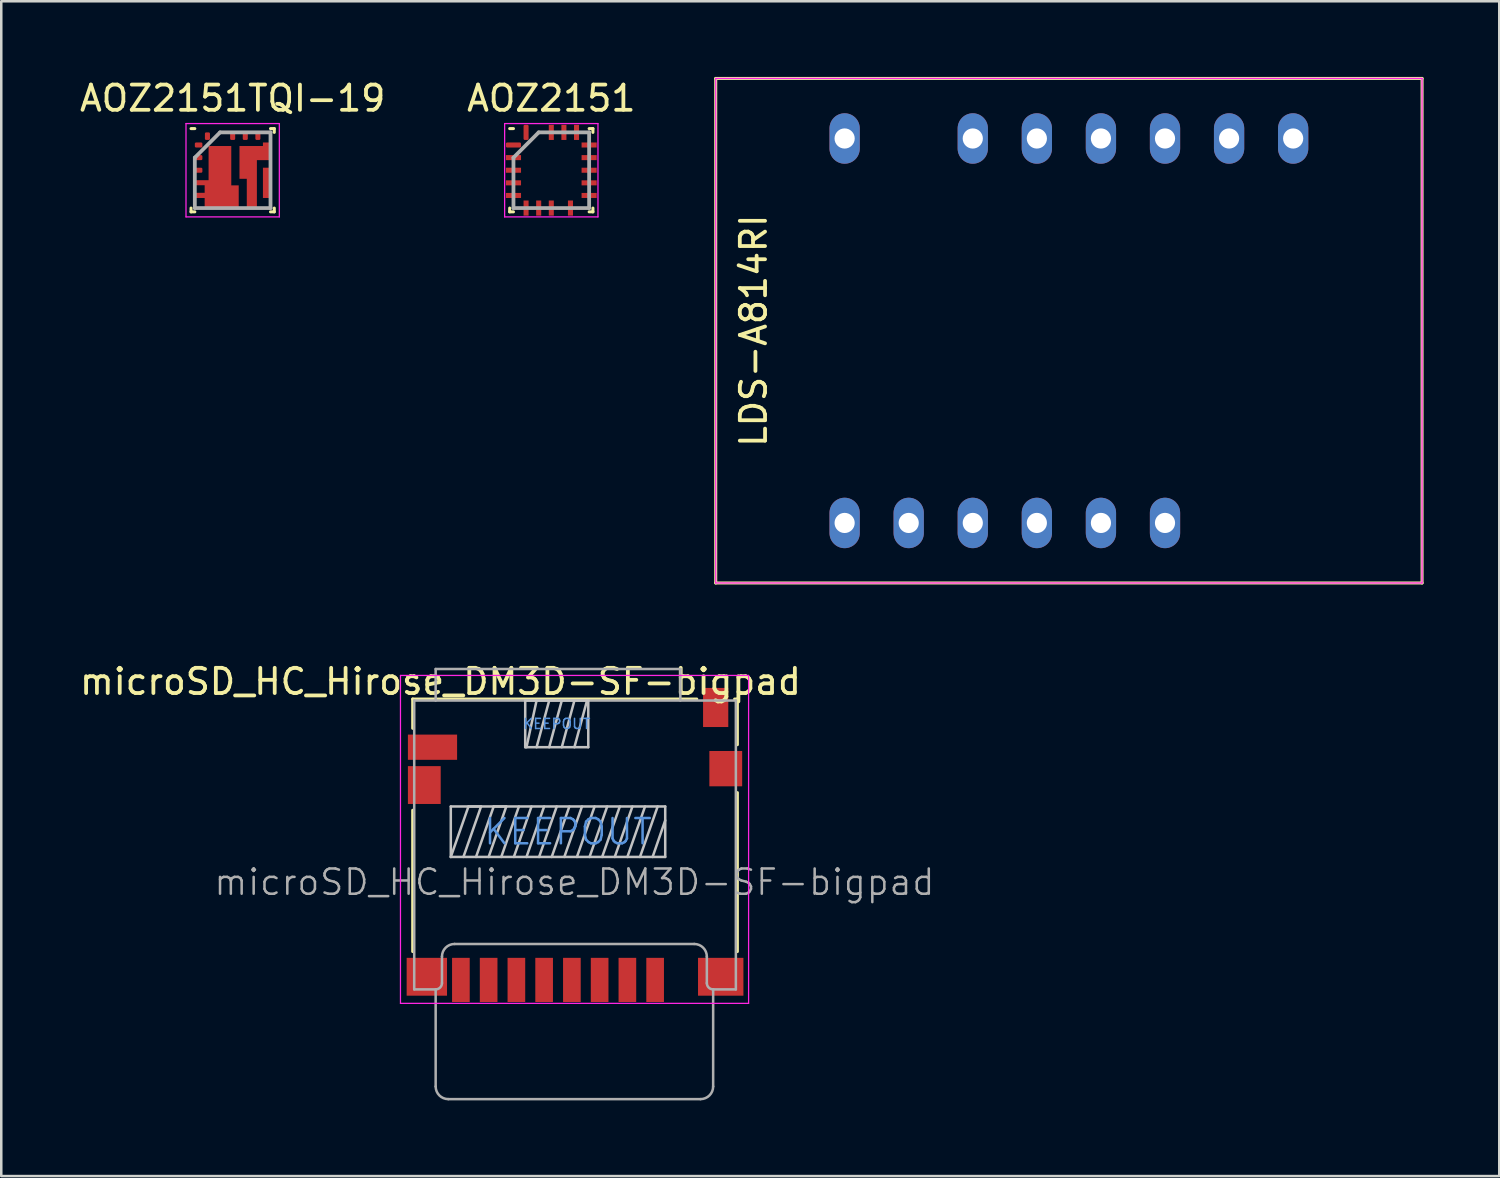
<source format=kicad_pcb>
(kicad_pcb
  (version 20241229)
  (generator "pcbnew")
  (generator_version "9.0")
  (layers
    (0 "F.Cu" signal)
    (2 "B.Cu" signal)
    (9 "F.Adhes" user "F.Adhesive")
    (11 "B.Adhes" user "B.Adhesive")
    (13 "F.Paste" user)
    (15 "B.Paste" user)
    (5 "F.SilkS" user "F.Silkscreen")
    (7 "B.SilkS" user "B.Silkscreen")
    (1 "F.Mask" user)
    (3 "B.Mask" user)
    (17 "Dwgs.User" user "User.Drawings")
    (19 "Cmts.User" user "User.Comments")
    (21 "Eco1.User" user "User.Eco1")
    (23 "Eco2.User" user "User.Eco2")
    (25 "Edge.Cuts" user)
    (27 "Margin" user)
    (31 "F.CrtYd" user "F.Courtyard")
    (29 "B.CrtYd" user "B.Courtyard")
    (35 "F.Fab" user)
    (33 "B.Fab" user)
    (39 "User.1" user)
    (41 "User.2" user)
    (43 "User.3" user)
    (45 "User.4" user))
  (footprint "AOZ2151"
    (layer "F.Cu")
    (at 18.804 3.698)
    (property "Reference" "AOZ2151" (at 0 -2.85 0) (layer "F.SilkS") (effects (font (size 1 1) (thickness 0.15))))
    (attr smd)
    (fp_line (start -1.65 1.65) (end -1.65 1.5) (stroke (width 0.12) (type solid)) (layer "F.SilkS"))
    (fp_line (start -1.5 -1.65) (end -1.65 -1.65) (stroke (width 0.12) (type solid)) (layer "F.SilkS"))
    (fp_line (start -1.5 1.65) (end -1.65 1.65) (stroke (width 0.12) (type solid)) (layer "F.SilkS"))
    (fp_line (start 1.5 -1.65) (end 1.65 -1.65) (stroke (width 0.12) (type solid)) (layer "F.SilkS"))
    (fp_line (start 1.5 1.65) (end 1.65 1.65) (stroke (width 0.12) (type solid)) (layer "F.SilkS"))
    (fp_line (start 1.65 -1.65) (end 1.65 -1.5) (stroke (width 0.12) (type solid)) (layer "F.SilkS"))
    (fp_line (start 1.65 1.65) (end 1.65 1.5) (stroke (width 0.12) (type solid)) (layer "F.SilkS"))
    (fp_line (start -1.85 -1.85) (end 1.85 -1.85) (stroke (width 0.05) (type solid)) (layer "F.CrtYd"))
    (fp_line (start -1.85 1.85) (end -1.85 -1.85) (stroke (width 0.05) (type solid)) (layer "F.CrtYd"))
    (fp_line (start 1.85 -1.85) (end 1.85 1.85) (stroke (width 0.05) (type solid)) (layer "F.CrtYd"))
    (fp_line (start 1.85 1.85) (end -1.85 1.85) (stroke (width 0.05) (type solid)) (layer "F.CrtYd"))
    (fp_line (start -1.5 -0.5) (end -1.5 1.5) (stroke (width 0.15) (type solid)) (layer "F.Fab"))
    (fp_line (start -1.5 1.5) (end 1.5 1.5) (stroke (width 0.15) (type solid)) (layer "F.Fab"))
    (fp_line (start -0.5 -1.5) (end -1.5 -0.5) (stroke (width 0.15) (type solid)) (layer "F.Fab"))
    (fp_line (start 1.5 -1.5) (end -0.5 -1.5) (stroke (width 0.15) (type solid)) (layer "F.Fab"))
    (fp_line (start 1.5 1.5) (end 1.5 -1.5) (stroke (width 0.15) (type solid)) (layer "F.Fab"))
    (pad "1" smd roundrect (at -1.5 -1 90) (size 0.2 0.6) (layers "F.Cu" "F.Mask" "F.Paste") (roundrect_rratio 0.25))
    (pad "2" smd rect (at -1.5 -0.5 90) (size 0.2 0.6) (layers "F.Cu" "F.Mask" "F.Paste"))
    (pad "3" smd rect (at -1.5 0 90) (size 0.2 0.6) (layers "F.Cu" "F.Mask" "F.Paste"))
    (pad "4" smd rect (at -1.5 0.5 90) (size 0.2 0.6) (layers "F.Cu" "F.Mask" "F.Paste"))
    (pad "5" smd rect (at -1.5 1 90) (size 0.2 0.6) (layers "F.Cu" "F.Mask" "F.Paste"))
    (pad "6" smd rect (at -1 1.5) (size 0.2 0.6) (layers "F.Cu" "F.Mask" "F.Paste"))
    (pad "7" smd rect (at -0.5 1.5) (size 0.2 0.6) (layers "F.Cu" "F.Mask" "F.Paste"))
    (pad "8" smd rect (at 0 1.5) (size 0.2 0.6) (layers "F.Cu" "F.Mask" "F.Paste"))
    (pad "9" smd rect (at 0.76 1.5) (size 0.2 0.6) (layers "F.Cu" "F.Mask" "F.Paste"))
    (pad "10" smd rect (at 1.5 1 90) (size 0.2 0.6) (layers "F.Cu" "F.Mask" "F.Paste"))
    (pad "11" smd rect (at 1.5 0.5 90) (size 0.2 0.6) (layers "F.Cu" "F.Mask" "F.Paste"))
    (pad "12" smd rect (at 1.5 0 90) (size 0.2 0.6) (layers "F.Cu" "F.Mask" "F.Paste"))
    (pad "13" smd rect (at 1.5 -0.5 90) (size 0.2 0.6) (layers "F.Cu" "F.Mask" "F.Paste"))
    (pad "14" smd rect (at 1.5 -1 90) (size 0.2 0.6) (layers "F.Cu" "F.Mask" "F.Paste"))
    (pad "15" smd rect (at 1 -1.5) (size 0.2 0.6) (layers "F.Cu" "F.Mask" "F.Paste"))
    (pad "16" smd rect (at 0.5 -1.5) (size 0.2 0.6) (layers "F.Cu" "F.Mask" "F.Paste"))
    (pad "17" smd rect (at 0 -1.5) (size 0.2 0.6) (layers "F.Cu" "F.Mask" "F.Paste"))
    (pad "18" smd roundrect (at -1 -1.5) (size 0.2 0.6) (layers "F.Cu" "F.Mask" "F.Paste") (roundrect_rratio 0.25)))
  (footprint "AOZ2151TQI-19"
    (layer "F.Cu")
    (at 6.173 3.698)
    (property "Reference" "AOZ2151TQI-19" (at 0 -2.85 0) (layer "F.SilkS") (effects (font (size 1 1) (thickness 0.15))))
    (attr smd)
    (fp_line (start -1.65 1.65) (end -1.65 1.5) (stroke (width 0.12) (type solid)) (layer "F.SilkS"))
    (fp_line (start -1.5 -1.65) (end -1.65 -1.65) (stroke (width 0.12) (type solid)) (layer "F.SilkS"))
    (fp_line (start -1.5 1.65) (end -1.65 1.65) (stroke (width 0.12) (type solid)) (layer "F.SilkS"))
    (fp_line (start 1.5 -1.65) (end 1.65 -1.65) (stroke (width 0.12) (type solid)) (layer "F.SilkS"))
    (fp_line (start 1.5 1.65) (end 1.65 1.65) (stroke (width 0.12) (type solid)) (layer "F.SilkS"))
    (fp_line (start 1.65 -1.65) (end 1.65 -1.5) (stroke (width 0.12) (type solid)) (layer "F.SilkS"))
    (fp_line (start 1.65 1.65) (end 1.65 1.5) (stroke (width 0.12) (type solid)) (layer "F.SilkS"))
    (fp_line (start -1.85 -1.85) (end 1.85 -1.85) (stroke (width 0.05) (type solid)) (layer "F.CrtYd"))
    (fp_line (start -1.85 1.85) (end -1.85 -1.85) (stroke (width 0.05) (type solid)) (layer "F.CrtYd"))
    (fp_line (start 1.85 -1.85) (end 1.85 1.85) (stroke (width 0.05) (type solid)) (layer "F.CrtYd"))
    (fp_line (start 1.85 1.85) (end -1.85 1.85) (stroke (width 0.05) (type solid)) (layer "F.CrtYd"))
    (fp_line (start -1.5 -0.5) (end -1.5 1.5) (stroke (width 0.15) (type solid)) (layer "F.Fab"))
    (fp_line (start -1.5 1.5) (end 1.5 1.5) (stroke (width 0.15) (type solid)) (layer "F.Fab"))
    (fp_line (start -0.5 -1.5) (end -1.5 -0.5) (stroke (width 0.15) (type solid)) (layer "F.Fab"))
    (fp_line (start 1.5 -1.5) (end -0.5 -1.5) (stroke (width 0.15) (type solid)) (layer "F.Fab"))
    (fp_line (start 1.5 1.5) (end 1.5 -1.5) (stroke (width 0.15) (type solid)) (layer "F.Fab"))
    (pad "1" smd roundrect (at -1.35 -1 90) (size 0.2 0.3) (layers "F.Cu" "F.Mask" "F.Paste") (roundrect_rratio 0.25))
    (pad "2" smd roundrect (at -1.35 -0.5 90) (size 0.2 0.3) (layers "F.Cu" "F.Mask" "F.Paste") (roundrect_rratio 0.25))
    (pad "3" smd roundrect (at -1.35 0 90) (size 0.2 0.3) (layers "F.Cu" "F.Mask" "F.Paste") (roundrect_rratio 0.25))
    (pad "4" smd custom (at 0 1.35) (size 0.2 0.3) (layers "F.Cu" "F.Mask" "F.Paste") (options (anchor rect)) (primitives (gr_poly (pts (xy -0.955 -2.31) (xy -0.055 -2.31) (xy -0.055 -0.75) (xy 0.24 -0.75) (xy 0.24 0.15) (xy -1.11 0.15) (xy -1.11 -0.25) (xy -1.5 -0.25) (xy -1.5 -0.455) (xy -1.11 -0.455) (xy -1.11 -0.755) (xy -1.5 -0.755) (xy -1.5 -0.955) (xy -0.955 -0.955)) (width 0) (fill yes))))
    (pad "9" smd custom (at 0.76 1.35) (size 0.2 0.3) (layers "F.Cu" "F.Mask" "F.Paste") (options (anchor rect)) (primitives (gr_poly (pts (xy 0.2 0.15) (xy -0.2 0.15) (xy -0.2 -1.01) (xy -0.49 -1.01) (xy -0.49 -2.31) (xy 0.44 -2.31) (xy 0.44 -2.45) (xy 0.74 -2.45) (xy 0.74 -1.75) (xy 0.2 -1.75)) (width 0) (fill yes))))
    (pad "12" smd custom (at 1.35 1 90) (size 0.2 0.3) (layers "F.Cu" "F.Mask" "F.Paste") (options (anchor rect)) (primitives (gr_poly (pts (xy -0.1 -0.15) (xy -0.1 0.15) (xy 1.1 0.15) (xy 1.1 -0.15)) (width 0) (fill yes))))
    (pad "15" smd roundrect (at 1 -1.35) (size 0.2 0.3) (layers "F.Cu" "F.Mask" "F.Paste") (roundrect_rratio 0.25))
    (pad "16" smd roundrect (at 0.5 -1.35) (size 0.2 0.3) (layers "F.Cu" "F.Mask" "F.Paste") (roundrect_rratio 0.25))
    (pad "17" smd roundrect (at 0 -1.35) (size 0.2 0.3) (layers "F.Cu" "F.Mask" "F.Paste") (roundrect_rratio 0.25))
    (pad "18" smd roundrect (at -1 -1.35) (size 0.2 0.3) (layers "F.Cu" "F.Mask" "F.Paste") (roundrect_rratio 0.25)))
  (footprint "microSD_HC_Hirose_DM3D-SF-bigpad"
    (layer "F.Cu")
    (at 19.745 30.445)
    (property "Reference" "microSD_HC_Hirose_DM3D-SF-bigpad" (at -5.334 -6.477 0) (layer "F.SilkS") (effects (font (size 1 1) (thickness 0.15))))
    (attr smd)
    (fp_line (start -6.435 -5.785) (end 4.825 -5.785) (stroke (width 0.12) (type solid)) (layer "F.SilkS"))
    (fp_line (start -6.435 -4.625) (end -6.435 -5.785) (stroke (width 0.12) (type solid)) (layer "F.SilkS"))
    (fp_line (start -6.435 -1.375) (end -6.435 4.225) (stroke (width 0.12) (type solid)) (layer "F.SilkS"))
    (fp_line (start 6.325 -5.785) (end 6.435 -5.785) (stroke (width 0.12) (type solid)) (layer "F.SilkS"))
    (fp_line (start 6.435 -5.785) (end 6.435 -3.975) (stroke (width 0.12) (type solid)) (layer "F.SilkS"))
    (fp_line (start 6.435 -2.075) (end 6.435 4.225) (stroke (width 0.12) (type solid)) (layer "F.SilkS"))
    (fp_line (start -4.925 -1.525) (end -4.925 0.475) (stroke (width 0.1) (type solid)) (layer "Dwgs.User"))
    (fp_line (start -4.925 -1.525) (end 3.575 -1.525) (stroke (width 0.1) (type solid)) (layer "Dwgs.User"))
    (fp_line (start -4.925 0.475) (end -4.225 -1.525) (stroke (width 0.1) (type solid)) (layer "Dwgs.User"))
    (fp_line (start -4.925 0.475) (end 3.575 0.475) (stroke (width 0.1) (type solid)) (layer "Dwgs.User"))
    (fp_line (start -4.425 0.475) (end -3.725 -1.525) (stroke (width 0.1) (type solid)) (layer "Dwgs.User"))
    (fp_line (start -4.225 -1.525) (end -3.725 -1.525) (stroke (width 0.1) (type solid)) (layer "Dwgs.User"))
    (fp_line (start -3.925 0.475) (end -3.225 -1.525) (stroke (width 0.1) (type solid)) (layer "Dwgs.User"))
    (fp_line (start -3.425 0.475) (end -2.725 -1.525) (stroke (width 0.1) (type solid)) (layer "Dwgs.User"))
    (fp_line (start -3.225 -1.525) (end -2.725 -1.525) (stroke (width 0.1) (type solid)) (layer "Dwgs.User"))
    (fp_line (start -2.925 0.475) (end -2.225 -1.525) (stroke (width 0.1) (type solid)) (layer "Dwgs.User"))
    (fp_line (start -2.425 0.475) (end -1.725 -1.525) (stroke (width 0.1) (type solid)) (layer "Dwgs.User"))
    (fp_line (start -1.975 -5.725) (end -1.975 -3.875) (stroke (width 0.1) (type solid)) (layer "Dwgs.User"))
    (fp_line (start -1.925 -3.875) (end -1.525 -5.725) (stroke (width 0.1) (type solid)) (layer "Dwgs.User"))
    (fp_line (start -1.925 0.475) (end -1.225 -1.525) (stroke (width 0.1) (type solid)) (layer "Dwgs.User"))
    (fp_line (start -1.425 0.475) (end -0.725 -1.525) (stroke (width 0.1) (type solid)) (layer "Dwgs.User"))
    (fp_line (start -1.025 -5.725) (end -1.525 -3.875) (stroke (width 0.1) (type solid)) (layer "Dwgs.User"))
    (fp_line (start -1.025 -3.875) (end -0.525 -5.725) (stroke (width 0.1) (type solid)) (layer "Dwgs.User"))
    (fp_line (start -0.925 0.475) (end -0.225 -1.525) (stroke (width 0.1) (type solid)) (layer "Dwgs.User"))
    (fp_line (start -0.425 0.475) (end 0.275 -1.525) (stroke (width 0.1) (type solid)) (layer "Dwgs.User"))
    (fp_line (start -0.025 -5.725) (end -0.525 -3.875) (stroke (width 0.1) (type solid)) (layer "Dwgs.User"))
    (fp_line (start -0.025 -3.875) (end 0.475 -5.725) (stroke (width 0.1) (type solid)) (layer "Dwgs.User"))
    (fp_line (start 0.075 0.475) (end 0.775 -1.525) (stroke (width 0.1) (type solid)) (layer "Dwgs.User"))
    (fp_line (start 0.525 -5.725) (end -1.975 -5.725) (stroke (width 0.1) (type solid)) (layer "Dwgs.User"))
    (fp_line (start 0.525 -3.875) (end -1.975 -3.875) (stroke (width 0.1) (type solid)) (layer "Dwgs.User"))
    (fp_line (start 0.525 -3.875) (end 0.525 -5.725) (stroke (width 0.1) (type solid)) (layer "Dwgs.User"))
    (fp_line (start 0.575 0.475) (end 1.275 -1.525) (stroke (width 0.1) (type solid)) (layer "Dwgs.User"))
    (fp_line (start 1.075 0.475) (end 1.775 -1.525) (stroke (width 0.1) (type solid)) (layer "Dwgs.User"))
    (fp_line (start 1.575 0.475) (end 2.275 -1.525) (stroke (width 0.1) (type solid)) (layer "Dwgs.User"))
    (fp_line (start 2.075 0.475) (end 2.775 -1.525) (stroke (width 0.1) (type solid)) (layer "Dwgs.User"))
    (fp_line (start 2.575 0.475) (end 3.275 -1.525) (stroke (width 0.1) (type solid)) (layer "Dwgs.User"))
    (fp_line (start 3.075 0.475) (end 3.575 -0.975) (stroke (width 0.1) (type solid)) (layer "Dwgs.User"))
    (fp_line (start 3.575 0.475) (end 3.575 -1.525) (stroke (width 0.1) (type solid)) (layer "Dwgs.User"))
    (fp_line (start -6.92 -6.72) (end 6.88 -6.72) (stroke (width 0.05) (type solid)) (layer "F.CrtYd"))
    (fp_line (start -6.92 6.28) (end -6.92 -6.72) (stroke (width 0.05) (type solid)) (layer "F.CrtYd"))
    (fp_line (start 6.88 -6.72) (end 6.88 6.28) (stroke (width 0.05) (type solid)) (layer "F.CrtYd"))
    (fp_line (start 6.88 6.28) (end -6.92 6.28) (stroke (width 0.05) (type solid)) (layer "F.CrtYd"))
    (fp_line (start -6.375 -5.725) (end 6.375 -5.725) (stroke (width 0.1) (type solid)) (layer "F.Fab"))
    (fp_line (start -6.375 5.725) (end -6.375 -5.725) (stroke (width 0.1) (type solid)) (layer "F.Fab"))
    (fp_line (start -6.375 5.725) (end -5.525 5.725) (stroke (width 0.1) (type solid)) (layer "F.Fab"))
    (fp_line (start -5.525 -6.975) (end 4.175 -6.975) (stroke (width 0.1) (type solid)) (layer "F.Fab"))
    (fp_line (start -5.525 -5.725) (end -5.525 -6.975) (stroke (width 0.1) (type solid)) (layer "F.Fab"))
    (fp_line (start -5.525 5.725) (end -5.525 9.575) (stroke (width 0.1) (type solid)) (layer "F.Fab"))
    (fp_line (start -5.275 5.475) (end -5.275 4.425) (stroke (width 0.1) (type solid)) (layer "F.Fab"))
    (fp_line (start -5.025 10.075) (end 4.975 10.075) (stroke (width 0.1) (type solid)) (layer "F.Fab"))
    (fp_line (start -4.775 3.925) (end 4.725 3.925) (stroke (width 0.1) (type solid)) (layer "F.Fab"))
    (fp_line (start 4.175 -5.725) (end 4.175 -6.975) (stroke (width 0.1) (type solid)) (layer "F.Fab"))
    (fp_line (start 5.225 5.475) (end 5.225 4.425) (stroke (width 0.1) (type solid)) (layer "F.Fab"))
    (fp_line (start 5.475 5.725) (end 6.375 5.725) (stroke (width 0.1) (type solid)) (layer "F.Fab"))
    (fp_line (start 5.475 9.575) (end 5.475 5.725) (stroke (width 0.1) (type solid)) (layer "F.Fab"))
    (fp_line (start 6.375 5.725) (end 6.375 -5.725) (stroke (width 0.1) (type solid)) (layer "F.Fab"))
    (fp_arc (start -5.275 4.425) (mid -5.128553 4.071447) (end -4.775 3.925) (stroke (width 0.1) (type solid)) (layer "F.Fab"))
    (fp_arc (start -5.275 5.475) (mid -5.348223 5.651777) (end -5.525 5.725) (stroke (width 0.1) (type solid)) (layer "F.Fab"))
    (fp_arc (start -5.025 10.075) (mid -5.378553 9.928553) (end -5.525 9.575) (stroke (width 0.1) (type solid)) (layer "F.Fab"))
    (fp_arc (start 4.725 3.925) (mid 5.078553 4.071447) (end 5.225 4.425) (stroke (width 0.1) (type solid)) (layer "F.Fab"))
    (fp_arc (start 5.475 5.725) (mid 5.298223 5.651777) (end 5.225 5.475) (stroke (width 0.1) (type solid)) (layer "F.Fab"))
    (fp_arc (start 5.475 9.575) (mid 5.328553 9.928553) (end 4.975 10.075) (stroke (width 0.1) (type solid)) (layer "F.Fab"))
    (fp_text user "KEEPOUT" (at -0.725 -4.8 0) (layer "Cmts.User") (effects (font (size 0.4 0.4) (thickness 0.06))))
    (fp_text user "KEEPOUT" (at -0.275 -0.525 0) (layer "Cmts.User") (effects (font (size 1 1) (thickness 0.1))))
    (fp_text user "${REFERENCE}" (at -0.025 1.475 0) (layer "F.Fab") (effects (font (size 1 1) (thickness 0.1))))
    (pad "1" smd rect (at 3.175 5.35) (size 0.7 1.75) (layers "F.Cu" "F.Mask" "F.Paste"))
    (pad "2" smd rect (at 2.075 5.35) (size 0.7 1.75) (layers "F.Cu" "F.Mask" "F.Paste"))
    (pad "3" smd rect (at 0.975 5.35) (size 0.7 1.75) (layers "F.Cu" "F.Mask" "F.Paste"))
    (pad "4" smd rect (at -0.125 5.35) (size 0.7 1.75) (layers "F.Cu" "F.Mask" "F.Paste"))
    (pad "5" smd rect (at -1.225 5.35) (size 0.7 1.75) (layers "F.Cu" "F.Mask" "F.Paste"))
    (pad "6" smd rect (at -2.325 5.35) (size 0.7 1.75) (layers "F.Cu" "F.Mask" "F.Paste"))
    (pad "7" smd rect (at -3.425 5.35) (size 0.7 1.75) (layers "F.Cu" "F.Mask" "F.Paste"))
    (pad "8" smd rect (at -4.525 5.35) (size 0.7 1.75) (layers "F.Cu" "F.Mask" "F.Paste"))
    (pad "9" smd rect (at -5.65 -3.875) (size 1.95 1) (layers "F.Cu" "F.Mask" "F.Paste"))
    (pad "10" smd rect (at 5.575 -5.45) (size 1 1.55) (layers "F.Cu" "F.Mask" "F.Paste"))
    (pad "11" smd rect (at -5.975 -2.375) (size 1.3 1.5) (layers "F.Cu" "F.Mask" "F.Paste"))
    (pad "11" smd rect (at -5.875 5.225) (size 1.6 1.5) (layers "F.Cu" "F.Mask" "F.Paste"))
    (pad "11" smd rect (at 5.775 5.225) (size 1.8 1.5) (layers "F.Cu" "F.Mask" "F.Paste"))
    (pad "11" smd rect (at 5.975 -3.025) (size 1.3 1.4) (layers "F.Cu" "F.Mask" "F.Paste")))
  (footprint "LDS-A814RI"
    (layer "F.Cu")
    (at 39.322 10.06)
    (property "Reference" "LDS-A814RI" (at -12.5 0 90) (layer "F.SilkS") (effects (font (size 1 1) (thickness 0.15))))
    (attr through_hole)
    (fp_line (start -14 -10) (end -14 10) (stroke (width 0.12) (type solid)) (layer "F.SilkS"))
    (fp_line (start -14 10) (end 14 10) (stroke (width 0.12) (type solid)) (layer "F.SilkS"))
    (fp_line (start 14 -10) (end -14 -10) (stroke (width 0.12) (type solid)) (layer "F.SilkS"))
    (fp_line (start 14 10) (end 14 -10) (stroke (width 0.12) (type solid)) (layer "F.SilkS"))
    (fp_line (start -14 -10) (end 14 -10) (stroke (width 0.05) (type solid)) (layer "F.CrtYd"))
    (fp_line (start -14 10) (end -14 -10) (stroke (width 0.05) (type solid)) (layer "F.CrtYd"))
    (fp_line (start 14 -10) (end 14 10) (stroke (width 0.05) (type solid)) (layer "F.CrtYd"))
    (fp_line (start 14 10) (end -14 10) (stroke (width 0.05) (type solid)) (layer "F.CrtYd"))
    (pad "1" thru_hole oval (at -8.89 7.62) (size 1.2 2) (drill 0.8) (layers "*.Cu" "*.Mask"))
    (pad "2" thru_hole oval (at -6.35 7.62) (size 1.2 2) (drill 0.8) (layers "*.Cu" "*.Mask"))
    (pad "3" thru_hole oval (at -3.81 7.62) (size 1.2 2) (drill 0.8) (layers "*.Cu" "*.Mask"))
    (pad "4" thru_hole oval (at -1.27 7.62) (size 1.2 2) (drill 0.8) (layers "*.Cu" "*.Mask"))
    (pad "5" thru_hole oval (at 1.27 7.62) (size 1.2 2) (drill 0.8) (layers "*.Cu" "*.Mask"))
    (pad "6" thru_hole oval (at 3.81 7.62) (size 1.2 2) (drill 0.8) (layers "*.Cu" "*.Mask"))
    (pad "9" thru_hole oval (at 8.89 -7.62) (size 1.2 2) (drill 0.8) (layers "*.Cu" "*.Mask"))
    (pad "10" thru_hole oval (at 6.35 -7.62) (size 1.2 2) (drill 0.8) (layers "*.Cu" "*.Mask"))
    (pad "11" thru_hole oval (at 3.81 -7.62) (size 1.2 2) (drill 0.8) (layers "*.Cu" "*.Mask"))
    (pad "12" thru_hole oval (at 1.27 -7.62) (size 1.2 2) (drill 0.8) (layers "*.Cu" "*.Mask"))
    (pad "13" thru_hole oval (at -1.27 -7.62) (size 1.2 2) (drill 0.8) (layers "*.Cu" "*.Mask"))
    (pad "14" thru_hole oval (at -3.81 -7.62) (size 1.2 2) (drill 0.8) (layers "*.Cu" "*.Mask"))
    (pad "16" thru_hole oval (at -8.89 -7.62) (size 1.2 2) (drill 0.8) (layers "*.Cu" "*.Mask")))
  (gr_rect
    (start -3 -3)
    (end 56.382 43.57)
    (stroke (width 0.1) (type default))
    (fill no)
    (layer "Edge.Cuts")))
</source>
